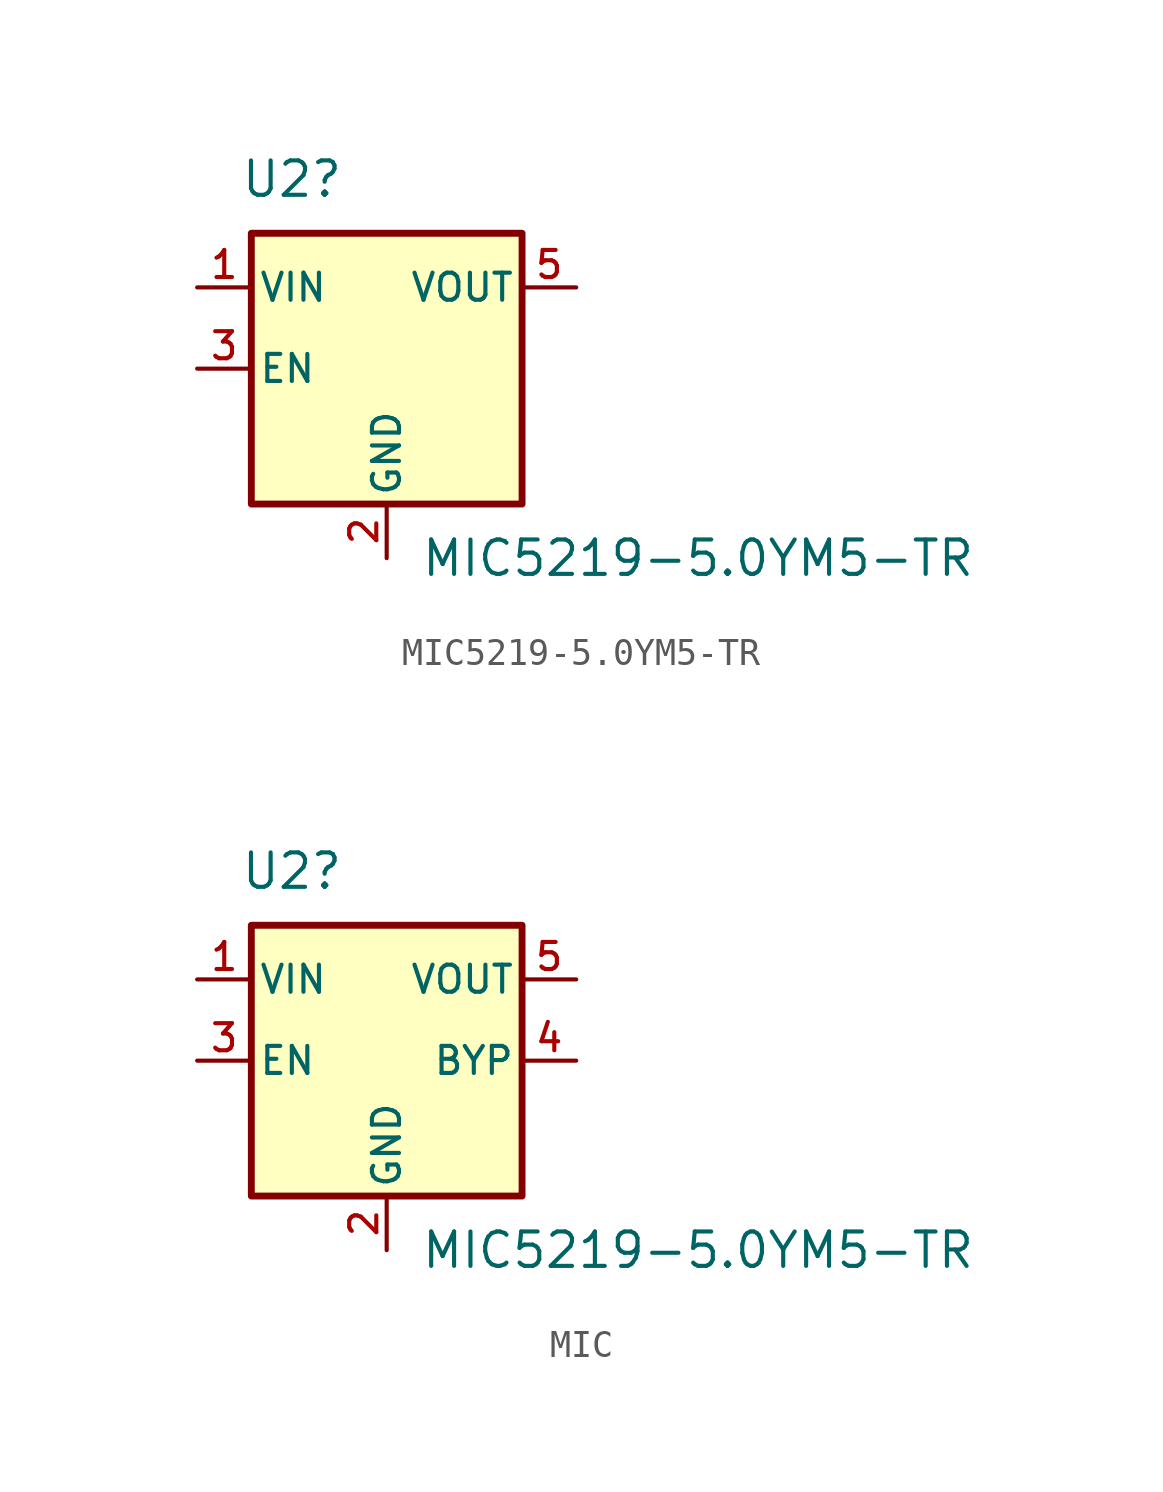
<source format=kicad_sym>
(kicad_symbol_lib
  (version 20220914)
  (generator kicad_symbol_editor)
  (symbol "MIC5219-5.0YM5-TR"
    (pin_names
      (offset 0.254))
    (property "Reference" "U2"
      (at 1.5 2 0)
      (effects (font (size 1.27 1.27))))
    (property "Value" "MIC5219-5.0YM5-TR"
      (at 16.5 -12 0)
      (effects (font (size 1.27 1.27))))
    (symbol "MIC5219-5.0YM5-TR_0_1"
      (rectangle (start 0 0) (end 10 -10) (stroke (width 0.254) (type default)) (fill (type background))))
    (symbol "MIC5219-5.0YM5-TR_1_1"
      (pin power_in line (at -2 -2 0) (length 2) (name "VIN" (effects (font (size 1 1)))) (number "1" (effects (font (size 1 1)))))
      (pin power_in line (at 5 -12 90) (length 2) (name "GND" (effects (font (size 1 1)))) (number "2" (effects (font (size 1 1)))))
      (pin input line (at -2 -5 0) (length 2) (name "EN" (effects (font (size 1 1)))) (number "3" (effects (font (size 1 1)))))
      (pin no_connect line (at 12 -5 180) (length 2) hide (name "NC" (effects (font (size 1 1)))) (number "4" (effects (font (size 1 1)))))
      (pin power_out line (at 12 -2 180) (length 2) (name "VOUT" (effects (font (size 1 1)))) (number "5" (effects (font (size 1 1)))))))
  (symbol "MIC"
    (pin_names
      (offset 0.254))
    (property "Reference" "U2"
      (at 1.5 2 0)
      (effects (font (size 1.27 1.27))))
    (property "Value" "MIC5219-5.0YM5-TR"
      (at 16.5 -12 0)
      (effects (font (size 1.27 1.27))))
    (symbol "MIC_0_1"
      (rectangle (start 0 0) (end 10 -10) (stroke (width 0.254) (type default)) (fill (type background))))
    (symbol "MIC_1_1"
      (pin power_in line (at -2 -2 0) (length 2) (name "VIN" (effects (font (size 1 1)))) (number "1" (effects (font (size 1 1)))))
      (pin power_in line (at 5 -12 90) (length 2) (name "GND" (effects (font (size 1 1)))) (number "2" (effects (font (size 1 1)))))
      (pin input line (at -2 -5 0) (length 2) (name "EN" (effects (font (size 1 1)))) (number "3" (effects (font (size 1 1)))))
      (pin power_in line (at 12 -5 180) (length 2) (name "BYP" (effects (font (size 1 1)))) (number "4" (effects (font (size 1 1)))))
      (pin power_out line (at 12 -2 180) (length 2) (name "VOUT" (effects (font (size 1 1)))) (number "5" (effects (font (size 1 1))))))))
</source>
